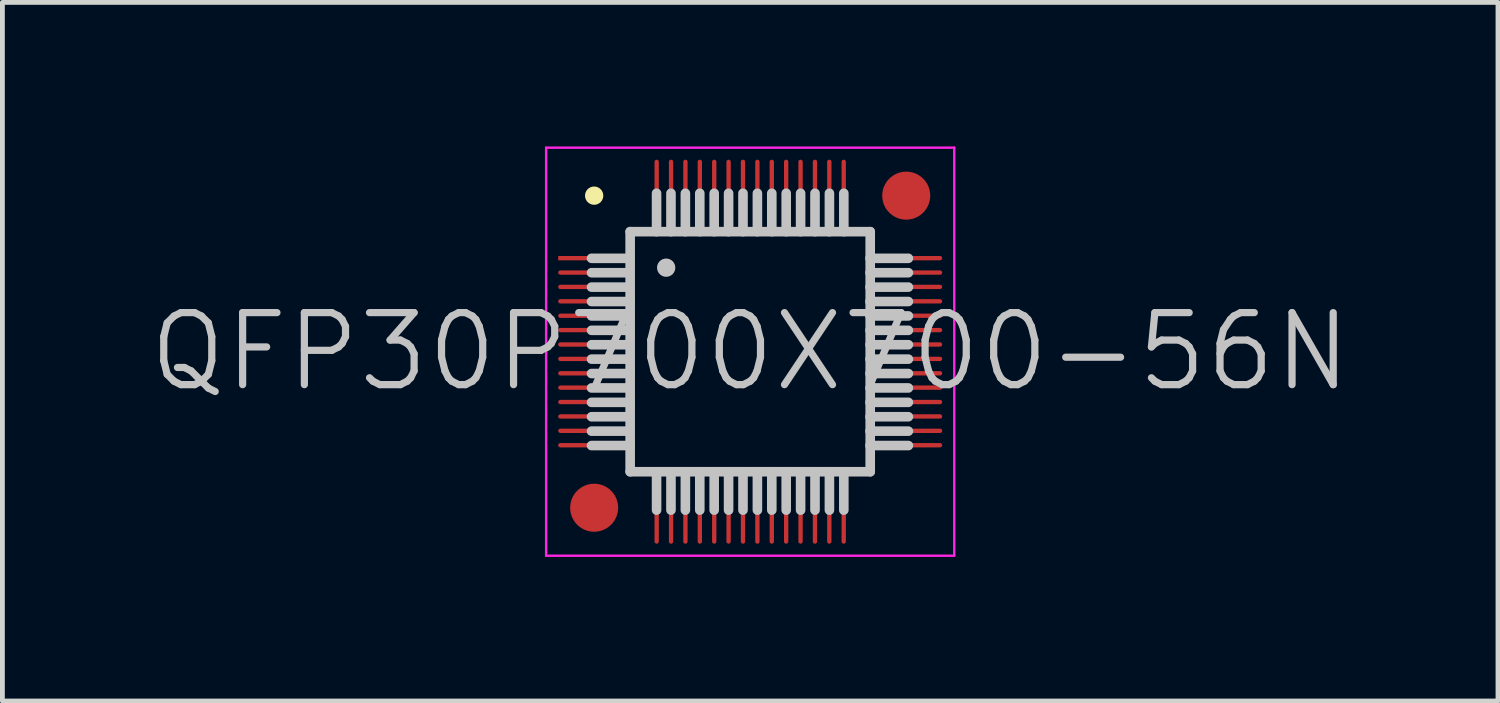
<source format=kicad_pcb>
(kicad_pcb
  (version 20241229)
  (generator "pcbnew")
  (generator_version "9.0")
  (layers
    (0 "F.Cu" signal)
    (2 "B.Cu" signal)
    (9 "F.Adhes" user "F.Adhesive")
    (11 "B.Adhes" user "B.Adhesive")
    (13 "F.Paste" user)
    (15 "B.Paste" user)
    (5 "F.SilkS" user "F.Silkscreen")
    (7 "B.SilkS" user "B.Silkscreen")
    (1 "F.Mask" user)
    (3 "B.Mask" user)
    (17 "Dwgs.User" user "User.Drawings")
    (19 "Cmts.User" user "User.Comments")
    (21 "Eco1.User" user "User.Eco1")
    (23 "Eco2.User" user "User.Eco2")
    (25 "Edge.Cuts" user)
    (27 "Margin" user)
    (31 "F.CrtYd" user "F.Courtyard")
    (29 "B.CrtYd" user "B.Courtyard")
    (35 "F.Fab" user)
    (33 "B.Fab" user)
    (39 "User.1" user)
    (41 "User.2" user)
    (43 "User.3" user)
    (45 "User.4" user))
  (footprint "QFP30P700X700-56N"
    (layer "F.Cu")
    (at 12.575 4.275)
    (property "Reference" "QFP30P700X700-56N" (at 0 0 0) (layer "Dwgs.User") (effects (font (size 1.5 1.5) (thickness 0.15))))
    (attr smd)
    (fp_line (start -3.25 -3.25) (end -3.25 -3.25) (stroke (width 0.381) (type solid)) (layer "F.SilkS"))
    (fp_line (start -2.505 -1.945) (end -3.305 -1.945) (stroke (width 0.2) (type solid)) (layer "Dwgs.User"))
    (fp_line (start -2.505 -1.645) (end -3.305 -1.645) (stroke (width 0.2) (type solid)) (layer "Dwgs.User"))
    (fp_line (start -2.505 -1.345) (end -3.305 -1.345) (stroke (width 0.2) (type solid)) (layer "Dwgs.User"))
    (fp_line (start -2.505 -1.045) (end -3.305 -1.045) (stroke (width 0.2) (type solid)) (layer "Dwgs.User"))
    (fp_line (start -2.505 -0.745) (end -3.305 -0.745) (stroke (width 0.2) (type solid)) (layer "Dwgs.User"))
    (fp_line (start -2.505 -0.445) (end -3.305 -0.445) (stroke (width 0.2) (type solid)) (layer "Dwgs.User"))
    (fp_line (start -2.505 -0.145) (end -3.305 -0.145) (stroke (width 0.2) (type solid)) (layer "Dwgs.User"))
    (fp_line (start -2.505 0.155) (end -3.305 0.155) (stroke (width 0.2) (type solid)) (layer "Dwgs.User"))
    (fp_line (start -2.505 0.455) (end -3.305 0.455) (stroke (width 0.2) (type solid)) (layer "Dwgs.User"))
    (fp_line (start -2.505 0.755) (end -3.305 0.755) (stroke (width 0.2) (type solid)) (layer "Dwgs.User"))
    (fp_line (start -2.505 1.055) (end -3.305 1.055) (stroke (width 0.2) (type solid)) (layer "Dwgs.User"))
    (fp_line (start -2.505 1.355) (end -3.305 1.355) (stroke (width 0.2) (type solid)) (layer "Dwgs.User"))
    (fp_line (start -2.505 1.655) (end -3.305 1.655) (stroke (width 0.2) (type solid)) (layer "Dwgs.User"))
    (fp_line (start -2.505 1.955) (end -3.305 1.955) (stroke (width 0.2) (type solid)) (layer "Dwgs.User"))
    (fp_line (start -2.5 -2.5) (end -2.5 2.5) (stroke (width 0.2) (type solid)) (layer "Dwgs.User"))
    (fp_line (start -2.5 -2.5) (end 2.5 -2.5) (stroke (width 0.2) (type solid)) (layer "Dwgs.User"))
    (fp_line (start -2.5 2.5) (end 2.5 2.5) (stroke (width 0.2) (type solid)) (layer "Dwgs.User"))
    (fp_line (start -1.95 -2.5) (end -1.95 -3.3) (stroke (width 0.2) (type solid)) (layer "Dwgs.User"))
    (fp_line (start -1.95 3.3) (end -1.95 2.5) (stroke (width 0.2) (type solid)) (layer "Dwgs.User"))
    (fp_line (start -1.75 -1.75) (end -1.75 -1.75) (stroke (width 0.381) (type solid)) (layer "Dwgs.User"))
    (fp_line (start -1.65 -2.5) (end -1.65 -3.3) (stroke (width 0.2) (type solid)) (layer "Dwgs.User"))
    (fp_line (start -1.65 3.3) (end -1.65 2.5) (stroke (width 0.2) (type solid)) (layer "Dwgs.User"))
    (fp_line (start -1.35 -2.5) (end -1.35 -3.3) (stroke (width 0.2) (type solid)) (layer "Dwgs.User"))
    (fp_line (start -1.35 3.3) (end -1.35 2.5) (stroke (width 0.2) (type solid)) (layer "Dwgs.User"))
    (fp_line (start -1.05 -2.5) (end -1.05 -3.3) (stroke (width 0.2) (type solid)) (layer "Dwgs.User"))
    (fp_line (start -1.05 3.3) (end -1.05 2.5) (stroke (width 0.2) (type solid)) (layer "Dwgs.User"))
    (fp_line (start -0.75 -2.5) (end -0.75 -3.3) (stroke (width 0.2) (type solid)) (layer "Dwgs.User"))
    (fp_line (start -0.75 3.3) (end -0.75 2.5) (stroke (width 0.2) (type solid)) (layer "Dwgs.User"))
    (fp_line (start -0.45 -2.5) (end -0.45 -3.3) (stroke (width 0.2) (type solid)) (layer "Dwgs.User"))
    (fp_line (start -0.45 3.3) (end -0.45 2.5) (stroke (width 0.2) (type solid)) (layer "Dwgs.User"))
    (fp_line (start -0.15 -2.5) (end -0.15 -3.3) (stroke (width 0.2) (type solid)) (layer "Dwgs.User"))
    (fp_line (start -0.15 3.3) (end -0.15 2.5) (stroke (width 0.2) (type solid)) (layer "Dwgs.User"))
    (fp_line (start 0.15 -2.5) (end 0.15 -3.3) (stroke (width 0.2) (type solid)) (layer "Dwgs.User"))
    (fp_line (start 0.15 3.3) (end 0.15 2.5) (stroke (width 0.2) (type solid)) (layer "Dwgs.User"))
    (fp_line (start 0.45 -2.5) (end 0.45 -3.3) (stroke (width 0.2) (type solid)) (layer "Dwgs.User"))
    (fp_line (start 0.45 3.3) (end 0.45 2.5) (stroke (width 0.2) (type solid)) (layer "Dwgs.User"))
    (fp_line (start 0.75 -2.5) (end 0.75 -3.3) (stroke (width 0.2) (type solid)) (layer "Dwgs.User"))
    (fp_line (start 0.75 3.3) (end 0.75 2.5) (stroke (width 0.2) (type solid)) (layer "Dwgs.User"))
    (fp_line (start 1.05 -2.5) (end 1.05 -3.3) (stroke (width 0.2) (type solid)) (layer "Dwgs.User"))
    (fp_line (start 1.05 3.3) (end 1.05 2.5) (stroke (width 0.2) (type solid)) (layer "Dwgs.User"))
    (fp_line (start 1.35 -2.5) (end 1.35 -3.3) (stroke (width 0.2) (type solid)) (layer "Dwgs.User"))
    (fp_line (start 1.35 3.3) (end 1.35 2.5) (stroke (width 0.2) (type solid)) (layer "Dwgs.User"))
    (fp_line (start 1.65 -2.5) (end 1.65 -3.3) (stroke (width 0.2) (type solid)) (layer "Dwgs.User"))
    (fp_line (start 1.65 3.3) (end 1.65 2.5) (stroke (width 0.2) (type solid)) (layer "Dwgs.User"))
    (fp_line (start 1.95 -2.5) (end 1.95 -3.3) (stroke (width 0.2) (type solid)) (layer "Dwgs.User"))
    (fp_line (start 1.95 3.3) (end 1.95 2.5) (stroke (width 0.2) (type solid)) (layer "Dwgs.User"))
    (fp_line (start 2.5 -2.5) (end 2.5 2.5) (stroke (width 0.2) (type solid)) (layer "Dwgs.User"))
    (fp_line (start 3.295 -1.945) (end 2.495 -1.945) (stroke (width 0.2) (type solid)) (layer "Dwgs.User"))
    (fp_line (start 3.295 -1.645) (end 2.495 -1.645) (stroke (width 0.2) (type solid)) (layer "Dwgs.User"))
    (fp_line (start 3.295 -1.345) (end 2.495 -1.345) (stroke (width 0.2) (type solid)) (layer "Dwgs.User"))
    (fp_line (start 3.295 -1.045) (end 2.495 -1.045) (stroke (width 0.2) (type solid)) (layer "Dwgs.User"))
    (fp_line (start 3.295 -0.745) (end 2.495 -0.745) (stroke (width 0.2) (type solid)) (layer "Dwgs.User"))
    (fp_line (start 3.295 -0.445) (end 2.495 -0.445) (stroke (width 0.2) (type solid)) (layer "Dwgs.User"))
    (fp_line (start 3.295 -0.145) (end 2.495 -0.145) (stroke (width 0.2) (type solid)) (layer "Dwgs.User"))
    (fp_line (start 3.295 0.155) (end 2.495 0.155) (stroke (width 0.2) (type solid)) (layer "Dwgs.User"))
    (fp_line (start 3.295 0.455) (end 2.495 0.455) (stroke (width 0.2) (type solid)) (layer "Dwgs.User"))
    (fp_line (start 3.295 0.755) (end 2.495 0.755) (stroke (width 0.2) (type solid)) (layer "Dwgs.User"))
    (fp_line (start 3.295 1.055) (end 2.495 1.055) (stroke (width 0.2) (type solid)) (layer "Dwgs.User"))
    (fp_line (start 3.295 1.355) (end 2.495 1.355) (stroke (width 0.2) (type solid)) (layer "Dwgs.User"))
    (fp_line (start 3.295 1.655) (end 2.495 1.655) (stroke (width 0.2) (type solid)) (layer "Dwgs.User"))
    (fp_line (start 3.295 1.955) (end 2.495 1.955) (stroke (width 0.2) (type solid)) (layer "Dwgs.User"))
    (fp_line (start -4.25 -4.25) (end -4.25 4.25) (stroke (width 0.05) (type solid)) (layer "F.CrtYd"))
    (fp_line (start -4.25 -4.25) (end 4.25 -4.25) (stroke (width 0.05) (type solid)) (layer "F.CrtYd"))
    (fp_line (start -4.25 4.25) (end 4.25 4.25) (stroke (width 0.05) (type solid)) (layer "F.CrtYd"))
    (fp_line (start 4.25 -4.25) (end 4.25 4.25) (stroke (width 0.05) (type solid)) (layer "F.CrtYd"))
    (pad "" smd circle (at -3.25 3.25) (size 1 1) (layers "F.Cu" "F.Mask"))
    (pad "" smd circle (at 3.25 -3.25) (size 1 1) (layers "F.Cu" "F.Mask"))
    (pad "1" smd rect (at -3.249 -1.948 90) (size 0.09 1.5) (layers "F.Cu" "F.Mask" "F.Paste"))
    (pad "2" smd oval (at -3.249 -1.648 90) (size 0.09 1.5) (layers "F.Cu" "F.Mask" "F.Paste"))
    (pad "3" smd oval (at -3.249 -1.349 90) (size 0.09 1.5) (layers "F.Cu" "F.Mask" "F.Paste"))
    (pad "4" smd oval (at -3.249 -1.049 90) (size 0.09 1.5) (layers "F.Cu" "F.Mask" "F.Paste"))
    (pad "5" smd oval (at -3.249 -0.749 90) (size 0.09 1.5) (layers "F.Cu" "F.Mask" "F.Paste"))
    (pad "6" smd oval (at -3.249 -0.45 90) (size 0.09 1.5) (layers "F.Cu" "F.Mask" "F.Paste"))
    (pad "7" smd oval (at -3.249 -0.15 90) (size 0.09 1.5) (layers "F.Cu" "F.Mask" "F.Paste"))
    (pad "8" smd oval (at -3.249 0.15 90) (size 0.09 1.5) (layers "F.Cu" "F.Mask" "F.Paste"))
    (pad "9" smd oval (at -3.249 0.45 90) (size 0.09 1.5) (layers "F.Cu" "F.Mask" "F.Paste"))
    (pad "10" smd oval (at -3.249 0.749 90) (size 0.09 1.5) (layers "F.Cu" "F.Mask" "F.Paste"))
    (pad "11" smd oval (at -3.249 1.049 90) (size 0.09 1.5) (layers "F.Cu" "F.Mask" "F.Paste"))
    (pad "12" smd oval (at -3.249 1.349 90) (size 0.09 1.5) (layers "F.Cu" "F.Mask" "F.Paste"))
    (pad "13" smd oval (at -3.249 1.648 90) (size 0.09 1.5) (layers "F.Cu" "F.Mask" "F.Paste"))
    (pad "14" smd oval (at -3.249 1.948 90) (size 0.09 1.5) (layers "F.Cu" "F.Mask" "F.Paste"))
    (pad "15" smd oval (at -1.948 3.249 180) (size 0.09 1.5) (layers "F.Cu" "F.Mask" "F.Paste"))
    (pad "16" smd oval (at -1.648 3.249 180) (size 0.09 1.5) (layers "F.Cu" "F.Mask" "F.Paste"))
    (pad "17" smd oval (at -1.349 3.249 180) (size 0.09 1.5) (layers "F.Cu" "F.Mask" "F.Paste"))
    (pad "18" smd oval (at -1.049 3.249 180) (size 0.09 1.5) (layers "F.Cu" "F.Mask" "F.Paste"))
    (pad "19" smd oval (at -0.749 3.249 180) (size 0.09 1.5) (layers "F.Cu" "F.Mask" "F.Paste"))
    (pad "20" smd oval (at -0.45 3.249 180) (size 0.09 1.5) (layers "F.Cu" "F.Mask" "F.Paste"))
    (pad "21" smd oval (at -0.15 3.249 180) (size 0.09 1.5) (layers "F.Cu" "F.Mask" "F.Paste"))
    (pad "22" smd oval (at 0.15 3.249 180) (size 0.09 1.5) (layers "F.Cu" "F.Mask" "F.Paste"))
    (pad "23" smd oval (at 0.45 3.249 180) (size 0.09 1.5) (layers "F.Cu" "F.Mask" "F.Paste"))
    (pad "24" smd oval (at 0.749 3.249 180) (size 0.09 1.5) (layers "F.Cu" "F.Mask" "F.Paste"))
    (pad "25" smd oval (at 1.049 3.249 180) (size 0.09 1.5) (layers "F.Cu" "F.Mask" "F.Paste"))
    (pad "26" smd oval (at 1.349 3.249 180) (size 0.09 1.5) (layers "F.Cu" "F.Mask" "F.Paste"))
    (pad "27" smd oval (at 1.648 3.249 180) (size 0.09 1.5) (layers "F.Cu" "F.Mask" "F.Paste"))
    (pad "28" smd oval (at 1.948 3.249 180) (size 0.09 1.5) (layers "F.Cu" "F.Mask" "F.Paste"))
    (pad "29" smd oval (at 3.249 1.948 270) (size 0.09 1.5) (layers "F.Cu" "F.Mask" "F.Paste"))
    (pad "30" smd oval (at 3.249 1.648 270) (size 0.09 1.5) (layers "F.Cu" "F.Mask" "F.Paste"))
    (pad "31" smd oval (at 3.249 1.349 270) (size 0.09 1.5) (layers "F.Cu" "F.Mask" "F.Paste"))
    (pad "32" smd oval (at 3.249 1.049 270) (size 0.09 1.5) (layers "F.Cu" "F.Mask" "F.Paste"))
    (pad "33" smd oval (at 3.249 0.749 270) (size 0.09 1.5) (layers "F.Cu" "F.Mask" "F.Paste"))
    (pad "34" smd oval (at 3.249 0.45 270) (size 0.09 1.5) (layers "F.Cu" "F.Mask" "F.Paste"))
    (pad "35" smd oval (at 3.249 0.15 270) (size 0.09 1.5) (layers "F.Cu" "F.Mask" "F.Paste"))
    (pad "36" smd oval (at 3.249 -0.15 270) (size 0.09 1.5) (layers "F.Cu" "F.Mask" "F.Paste"))
    (pad "37" smd oval (at 3.249 -0.45 270) (size 0.09 1.5) (layers "F.Cu" "F.Mask" "F.Paste"))
    (pad "38" smd oval (at 3.249 -0.749 270) (size 0.09 1.5) (layers "F.Cu" "F.Mask" "F.Paste"))
    (pad "39" smd oval (at 3.249 -1.049 270) (size 0.09 1.5) (layers "F.Cu" "F.Mask" "F.Paste"))
    (pad "40" smd oval (at 3.249 -1.349 270) (size 0.09 1.5) (layers "F.Cu" "F.Mask" "F.Paste"))
    (pad "41" smd oval (at 3.249 -1.648 270) (size 0.09 1.5) (layers "F.Cu" "F.Mask" "F.Paste"))
    (pad "42" smd oval (at 3.249 -1.948 270) (size 0.09 1.5) (layers "F.Cu" "F.Mask" "F.Paste"))
    (pad "43" smd oval (at 1.948 -3.249) (size 0.09 1.5) (layers "F.Cu" "F.Mask" "F.Paste"))
    (pad "44" smd oval (at 1.648 -3.249) (size 0.09 1.5) (layers "F.Cu" "F.Mask" "F.Paste"))
    (pad "45" smd oval (at 1.349 -3.249) (size 0.09 1.5) (layers "F.Cu" "F.Mask" "F.Paste"))
    (pad "46" smd oval (at 1.049 -3.249) (size 0.09 1.5) (layers "F.Cu" "F.Mask" "F.Paste"))
    (pad "47" smd oval (at 0.749 -3.249) (size 0.09 1.5) (layers "F.Cu" "F.Mask" "F.Paste"))
    (pad "48" smd oval (at 0.45 -3.249) (size 0.09 1.5) (layers "F.Cu" "F.Mask" "F.Paste"))
    (pad "49" smd oval (at 0.15 -3.249) (size 0.09 1.5) (layers "F.Cu" "F.Mask" "F.Paste"))
    (pad "50" smd oval (at -0.15 -3.249) (size 0.09 1.5) (layers "F.Cu" "F.Mask" "F.Paste"))
    (pad "51" smd oval (at -0.45 -3.249) (size 0.09 1.5) (layers "F.Cu" "F.Mask" "F.Paste"))
    (pad "52" smd oval (at -0.749 -3.249) (size 0.09 1.5) (layers "F.Cu" "F.Mask" "F.Paste"))
    (pad "53" smd oval (at -1.049 -3.249) (size 0.09 1.5) (layers "F.Cu" "F.Mask" "F.Paste"))
    (pad "54" smd oval (at -1.349 -3.249) (size 0.09 1.5) (layers "F.Cu" "F.Mask" "F.Paste"))
    (pad "55" smd oval (at -1.648 -3.249) (size 0.09 1.5) (layers "F.Cu" "F.Mask" "F.Paste"))
    (pad "56" smd oval (at -1.948 -3.249) (size 0.09 1.5) (layers "F.Cu" "F.Mask" "F.Paste")))
  (gr_rect
    (start -3 -3)
    (end 28.15 11.55)
    (stroke (width 0.1) (type default))
    (fill no)
    (layer "Edge.Cuts")))
</source>
